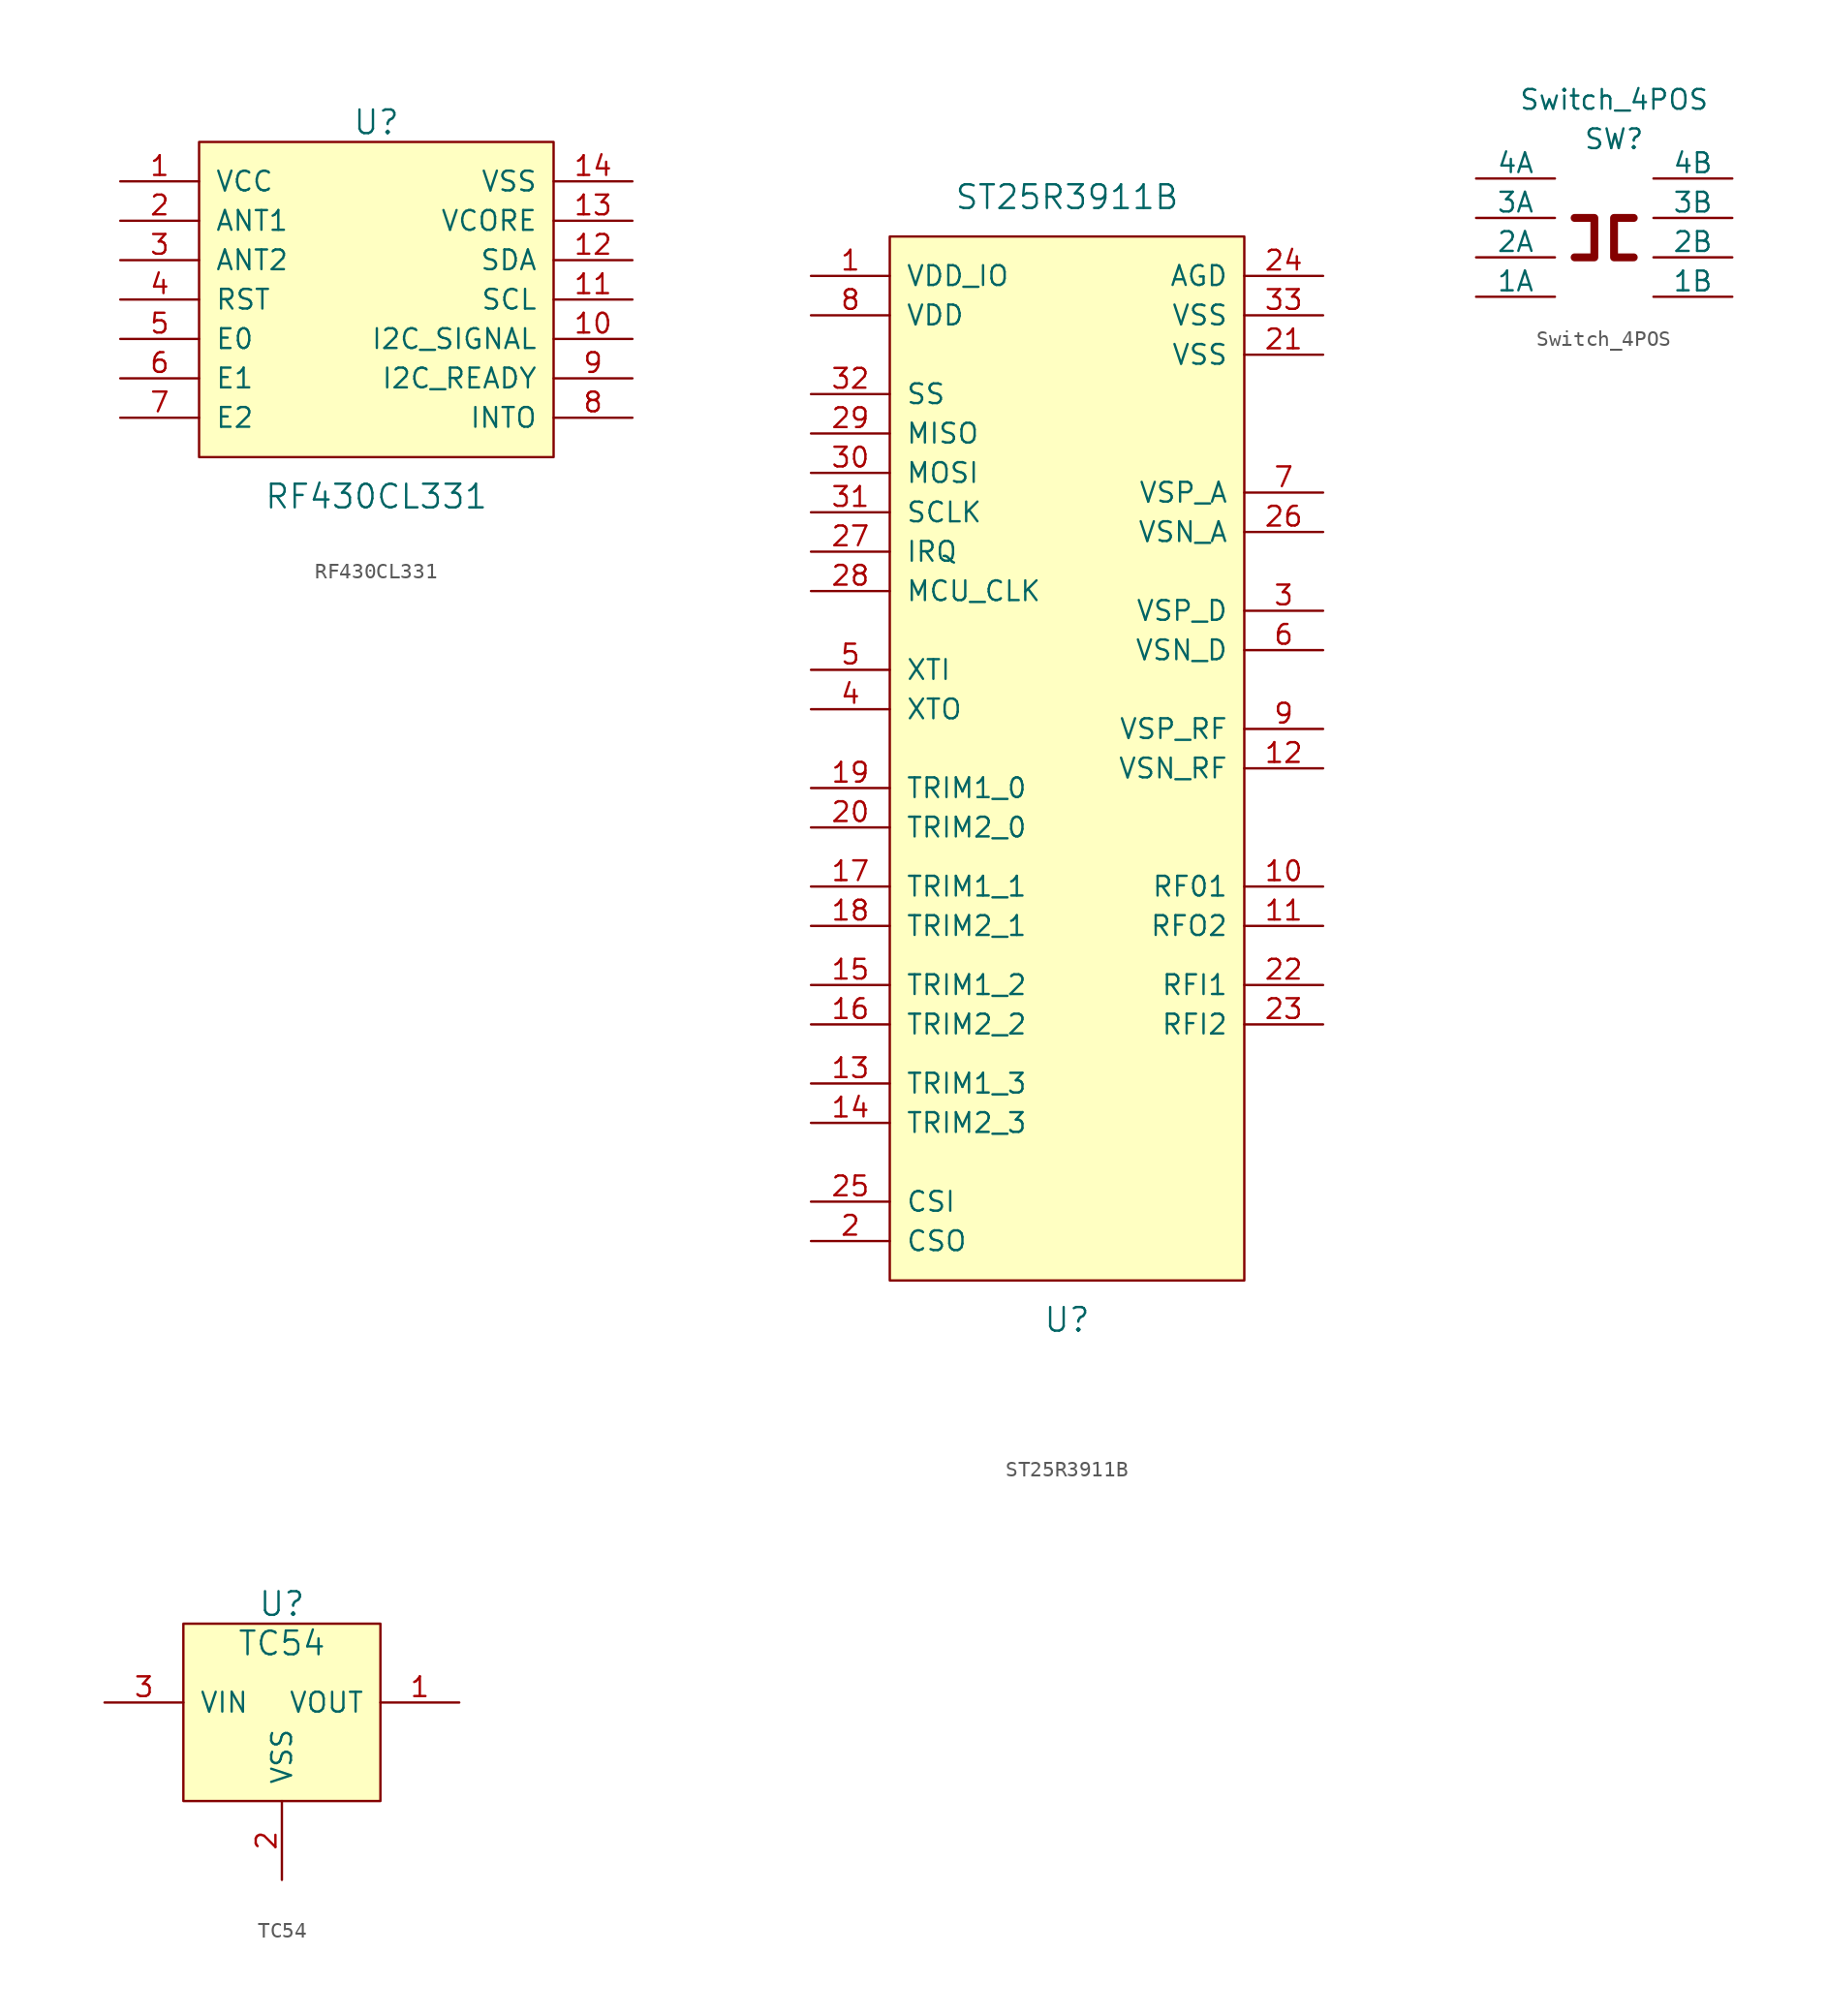
<source format=kicad_sym>
(kicad_symbol_lib
  (version 20201005)
  (generator kicad_symbol_editor)
  (symbol "goyman:RF430CL331"
    (pin_names
      (offset 1.016))
    (property "Reference" "U"
      (at 0 11.43 0)
      (effects (font (size 1.524 1.524))))
    (property "Value" "RF430CL331"
      (at 0 -12.7 0)
      (effects (font (size 1.524 1.524))))
    (symbol "RF430CL331_0_1"
      (rectangle (start -11.43 10.16) (end 11.43 -10.16) (stroke (width 0)) (fill (type background))))
    (symbol "RF430CL331_1_1"
      (pin input line (at -16.51 7.62 0) (length 5.08) (name "VCC" (effects (font (size 1.27 1.27)))) (number "1" (effects (font (size 1.27 1.27)))))
      (pin input line (at 16.51 -2.54 180) (length 5.08) (name "I2C_SIGNAL" (effects (font (size 1.27 1.27)))) (number "10" (effects (font (size 1.27 1.27)))))
      (pin input line (at 16.51 0 180) (length 5.08) (name "SCL" (effects (font (size 1.27 1.27)))) (number "11" (effects (font (size 1.27 1.27)))))
      (pin input line (at 16.51 2.54 180) (length 5.08) (name "SDA" (effects (font (size 1.27 1.27)))) (number "12" (effects (font (size 1.27 1.27)))))
      (pin input line (at 16.51 5.08 180) (length 5.08) (name "VCORE" (effects (font (size 1.27 1.27)))) (number "13" (effects (font (size 1.27 1.27)))))
      (pin input line (at 16.51 7.62 180) (length 5.08) (name "VSS" (effects (font (size 1.27 1.27)))) (number "14" (effects (font (size 1.27 1.27)))))
      (pin input line (at -16.51 5.08 0) (length 5.08) (name "ANT1" (effects (font (size 1.27 1.27)))) (number "2" (effects (font (size 1.27 1.27)))))
      (pin input line (at -16.51 2.54 0) (length 5.08) (name "ANT2" (effects (font (size 1.27 1.27)))) (number "3" (effects (font (size 1.27 1.27)))))
      (pin input line (at -16.51 0 0) (length 5.08) (name "RST" (effects (font (size 1.27 1.27)))) (number "4" (effects (font (size 1.27 1.27)))))
      (pin input line (at -16.51 -2.54 0) (length 5.08) (name "E0" (effects (font (size 1.27 1.27)))) (number "5" (effects (font (size 1.27 1.27)))))
      (pin input line (at -16.51 -5.08 0) (length 5.08) (name "E1" (effects (font (size 1.27 1.27)))) (number "6" (effects (font (size 1.27 1.27)))))
      (pin input line (at -16.51 -7.62 0) (length 5.08) (name "E2" (effects (font (size 1.27 1.27)))) (number "7" (effects (font (size 1.27 1.27)))))
      (pin input line (at 16.51 -7.62 180) (length 5.08) (name "INTO" (effects (font (size 1.27 1.27)))) (number "8" (effects (font (size 1.27 1.27)))))
      (pin input line (at 16.51 -5.08 180) (length 5.08) (name "I2C_READY" (effects (font (size 1.27 1.27)))) (number "9" (effects (font (size 1.27 1.27)))))))
  (symbol "goyman:ST25R3911B"
    (pin_names
      (offset 1.016))
    (property "Reference" "U"
      (at 0 -39.37 0)
      (effects (font (size 1.524 1.524))))
    (property "Value" "ST25R3911B"
      (at 0 33.02 0)
      (effects (font (size 1.524 1.524))))
    (symbol "ST25R3911B_0_1"
      (rectangle (start -11.43 30.48) (end 11.43 -36.83) (stroke (width 0)) (fill (type background))))
    (symbol "ST25R3911B_1_1"
      (pin input line (at -16.51 27.94 0) (length 5.08) (name "VDD_IO" (effects (font (size 1.27 1.27)))) (number "1" (effects (font (size 1.27 1.27)))))
      (pin input line (at 16.51 -11.43 180) (length 5.08) (name "RF01" (effects (font (size 1.27 1.27)))) (number "10" (effects (font (size 1.27 1.27)))))
      (pin input line (at 16.51 -13.97 180) (length 5.08) (name "RFO2" (effects (font (size 1.27 1.27)))) (number "11" (effects (font (size 1.27 1.27)))))
      (pin input line (at 16.51 -3.81 180) (length 5.08) (name "VSN_RF" (effects (font (size 1.27 1.27)))) (number "12" (effects (font (size 1.27 1.27)))))
      (pin input line (at -16.51 -24.13 0) (length 5.08) (name "TRIM1_3" (effects (font (size 1.27 1.27)))) (number "13" (effects (font (size 1.27 1.27)))))
      (pin input line (at -16.51 -26.67 0) (length 5.08) (name "TRIM2_3" (effects (font (size 1.27 1.27)))) (number "14" (effects (font (size 1.27 1.27)))))
      (pin input line (at -16.51 -17.78 0) (length 5.08) (name "TRIM1_2" (effects (font (size 1.27 1.27)))) (number "15" (effects (font (size 1.27 1.27)))))
      (pin input line (at -16.51 -20.32 0) (length 5.08) (name "TRIM2_2" (effects (font (size 1.27 1.27)))) (number "16" (effects (font (size 1.27 1.27)))))
      (pin input line (at -16.51 -11.43 0) (length 5.08) (name "TRIM1_1" (effects (font (size 1.27 1.27)))) (number "17" (effects (font (size 1.27 1.27)))))
      (pin input line (at -16.51 -13.97 0) (length 5.08) (name "TRIM2_1" (effects (font (size 1.27 1.27)))) (number "18" (effects (font (size 1.27 1.27)))))
      (pin input line (at -16.51 -5.08 0) (length 5.08) (name "TRIM1_0" (effects (font (size 1.27 1.27)))) (number "19" (effects (font (size 1.27 1.27)))))
      (pin input line (at -16.51 -34.29 0) (length 5.08) (name "CSO" (effects (font (size 1.27 1.27)))) (number "2" (effects (font (size 1.27 1.27)))))
      (pin input line (at -16.51 -7.62 0) (length 5.08) (name "TRIM2_0" (effects (font (size 1.27 1.27)))) (number "20" (effects (font (size 1.27 1.27)))))
      (pin input line (at 16.51 22.86 180) (length 5.08) (name "VSS" (effects (font (size 1.27 1.27)))) (number "21" (effects (font (size 1.27 1.27)))))
      (pin input line (at 16.51 -17.78 180) (length 5.08) (name "RFI1" (effects (font (size 1.27 1.27)))) (number "22" (effects (font (size 1.27 1.27)))))
      (pin input line (at 16.51 -20.32 180) (length 5.08) (name "RFI2" (effects (font (size 1.27 1.27)))) (number "23" (effects (font (size 1.27 1.27)))))
      (pin input line (at 16.51 27.94 180) (length 5.08) (name "AGD" (effects (font (size 1.27 1.27)))) (number "24" (effects (font (size 1.27 1.27)))))
      (pin input line (at -16.51 -31.75 0) (length 5.08) (name "CSI" (effects (font (size 1.27 1.27)))) (number "25" (effects (font (size 1.27 1.27)))))
      (pin input line (at 16.51 11.43 180) (length 5.08) (name "VSN_A" (effects (font (size 1.27 1.27)))) (number "26" (effects (font (size 1.27 1.27)))))
      (pin input line (at -16.51 10.16 0) (length 5.08) (name "IRQ" (effects (font (size 1.27 1.27)))) (number "27" (effects (font (size 1.27 1.27)))))
      (pin input line (at -16.51 7.62 0) (length 5.08) (name "MCU_CLK" (effects (font (size 1.27 1.27)))) (number "28" (effects (font (size 1.27 1.27)))))
      (pin input line (at -16.51 17.78 0) (length 5.08) (name "MISO" (effects (font (size 1.27 1.27)))) (number "29" (effects (font (size 1.27 1.27)))))
      (pin input line (at 16.51 6.35 180) (length 5.08) (name "VSP_D" (effects (font (size 1.27 1.27)))) (number "3" (effects (font (size 1.27 1.27)))))
      (pin input line (at -16.51 15.24 0) (length 5.08) (name "MOSI" (effects (font (size 1.27 1.27)))) (number "30" (effects (font (size 1.27 1.27)))))
      (pin input line (at -16.51 12.7 0) (length 5.08) (name "SCLK" (effects (font (size 1.27 1.27)))) (number "31" (effects (font (size 1.27 1.27)))))
      (pin input line (at -16.51 20.32 0) (length 5.08) (name "SS" (effects (font (size 1.27 1.27)))) (number "32" (effects (font (size 1.27 1.27)))))
      (pin input line (at 16.51 25.4 180) (length 5.08) (name "VSS" (effects (font (size 1.27 1.27)))) (number "33" (effects (font (size 1.27 1.27)))))
      (pin input line (at -16.51 0 0) (length 5.08) (name "XTO" (effects (font (size 1.27 1.27)))) (number "4" (effects (font (size 1.27 1.27)))))
      (pin input line (at -16.51 2.54 0) (length 5.08) (name "XTI" (effects (font (size 1.27 1.27)))) (number "5" (effects (font (size 1.27 1.27)))))
      (pin input line (at 16.51 3.81 180) (length 5.08) (name "VSN_D" (effects (font (size 1.27 1.27)))) (number "6" (effects (font (size 1.27 1.27)))))
      (pin input line (at 16.51 13.97 180) (length 5.08) (name "VSP_A" (effects (font (size 1.27 1.27)))) (number "7" (effects (font (size 1.27 1.27)))))
      (pin input line (at -16.51 25.4 0) (length 5.08) (name "VDD" (effects (font (size 1.27 1.27)))) (number "8" (effects (font (size 1.27 1.27)))))
      (pin input line (at 16.51 -1.27 180) (length 5.08) (name "VSP_RF" (effects (font (size 1.27 1.27)))) (number "9" (effects (font (size 1.27 1.27)))))))
  (symbol "goyman:Switch_4POS"
    (pin_numbers hide)
    (pin_names
      (offset 0))
    (property "Reference" "SW"
      (at 1.27 2.54 0)
      (effects (font (size 1.27 1.27))))
    (property "Value" "Switch_4POS"
      (at 1.27 5.08 0)
      (effects (font (size 1.27 1.27))))
    (symbol "Switch_4POS_0_1"
      (polyline (pts (xy -1.27 -2.54) (xy 0 -2.54) (xy 0 -5.08) (xy -1.27 -5.08)) (stroke (width 0.508)) (fill (type none)))
      (polyline (pts (xy 2.54 -2.54) (xy 1.27 -2.54) (xy 1.27 -5.08) (xy 2.54 -5.08)) (stroke (width 0.508)) (fill (type none))))
    (symbol "Switch_4POS_1_1"
      (pin input line (at -7.62 -7.62 0) (length 5.08) (name "1A" (effects (font (size 1.27 1.27)))) (number "1" (effects (font (size 1.27 1.27)))))
      (pin input line (at -7.62 -5.08 0) (length 5.08) (name "2A" (effects (font (size 1.27 1.27)))) (number "2" (effects (font (size 1.27 1.27)))))
      (pin input line (at -7.62 -2.54 0) (length 5.08) (name "3A" (effects (font (size 1.27 1.27)))) (number "3" (effects (font (size 1.27 1.27)))))
      (pin input line (at -7.62 0 0) (length 5.08) (name "4A" (effects (font (size 1.27 1.27)))) (number "4" (effects (font (size 1.27 1.27)))))
      (pin input line (at 8.89 -7.62 180) (length 5.08) (name "1B" (effects (font (size 1.27 1.27)))) (number "5" (effects (font (size 1.27 1.27)))))
      (pin input line (at 8.89 -5.08 180) (length 5.08) (name "2B" (effects (font (size 1.27 1.27)))) (number "6" (effects (font (size 1.27 1.27)))))
      (pin input line (at 8.89 -2.54 180) (length 5.08) (name "3B" (effects (font (size 1.27 1.27)))) (number "7" (effects (font (size 1.27 1.27)))))
      (pin input line (at 8.89 0 180) (length 5.08) (name "4B" (effects (font (size 1.27 1.27)))) (number "8" (effects (font (size 1.27 1.27)))))))
  (symbol "goyman:TC54"
    (pin_names
      (offset 1.016))
    (property "Reference" "U"
      (at 0 5.08 0)
      (effects (font (size 1.524 1.524))))
    (property "Value" "TC54"
      (at 0 2.54 0)
      (effects (font (size 1.524 1.524))))
    (symbol "TC54_0_1"
      (rectangle (start -6.35 3.81) (end 6.35 -7.62) (stroke (width 0)) (fill (type background))))
    (symbol "TC54_1_1"
      (pin input line (at 11.43 -1.27 180) (length 5.08) (name "VOUT" (effects (font (size 1.27 1.27)))) (number "1" (effects (font (size 1.27 1.27)))))
      (pin input line (at 0 -12.7 90) (length 5.08) (name "VSS" (effects (font (size 1.27 1.27)))) (number "2" (effects (font (size 1.27 1.27)))))
      (pin input line (at -11.43 -1.27 0) (length 5.08) (name "VIN" (effects (font (size 1.27 1.27)))) (number "3" (effects (font (size 1.27 1.27))))))))
</source>
